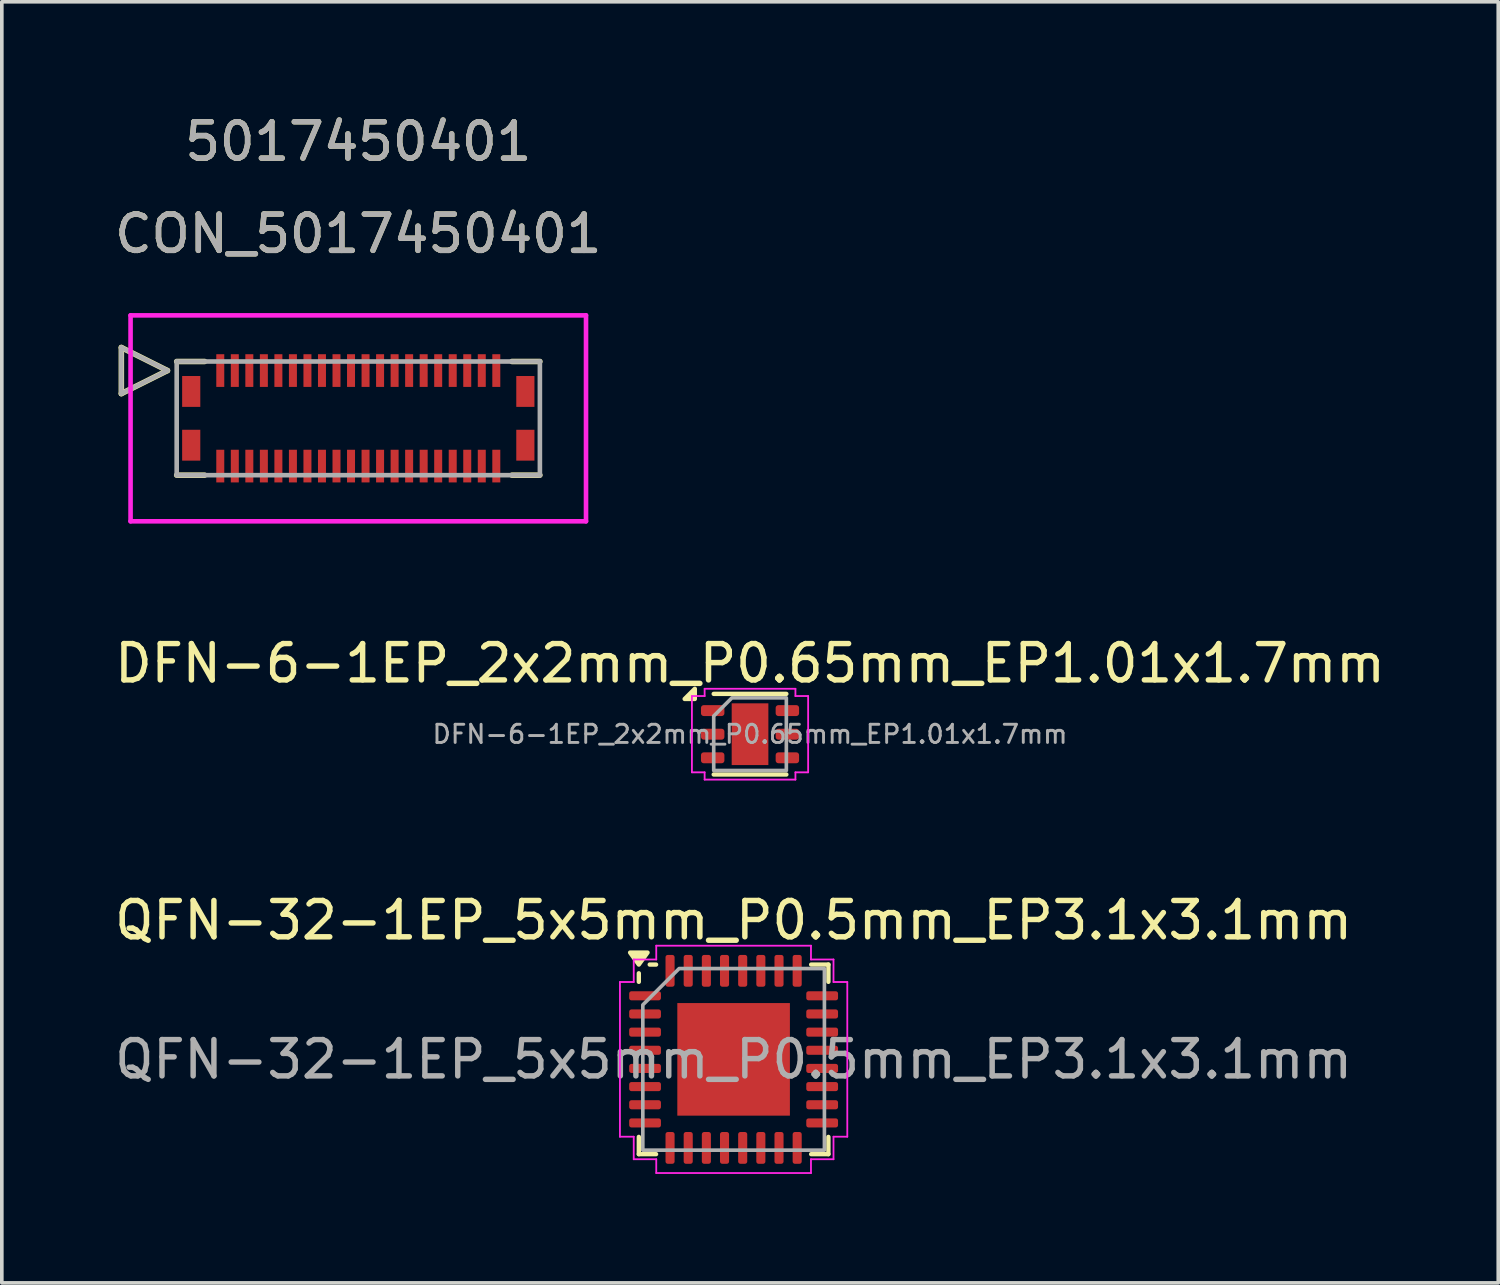
<source format=kicad_pcb>
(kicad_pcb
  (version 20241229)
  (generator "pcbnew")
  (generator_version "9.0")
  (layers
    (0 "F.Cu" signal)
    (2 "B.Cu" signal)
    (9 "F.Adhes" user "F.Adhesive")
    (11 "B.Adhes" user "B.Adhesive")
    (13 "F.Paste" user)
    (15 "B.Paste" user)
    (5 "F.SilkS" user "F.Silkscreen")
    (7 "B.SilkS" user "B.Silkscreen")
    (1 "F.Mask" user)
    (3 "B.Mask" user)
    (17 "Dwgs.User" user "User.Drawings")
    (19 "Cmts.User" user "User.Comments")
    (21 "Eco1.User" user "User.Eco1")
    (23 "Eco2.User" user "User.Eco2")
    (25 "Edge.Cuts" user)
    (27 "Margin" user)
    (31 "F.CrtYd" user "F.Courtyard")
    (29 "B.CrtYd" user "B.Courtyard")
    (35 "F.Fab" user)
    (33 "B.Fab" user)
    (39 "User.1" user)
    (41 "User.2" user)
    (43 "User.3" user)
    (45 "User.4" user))
  (footprint "DFN-6-1EP_2x2mm_P0.65mm_EP1.01x1.7mm"
    (layer "F.Cu")
    (at 17.601 17.165)
    (property "Reference" "DFN-6-1EP_2x2mm_P0.65mm_EP1.01x1.7mm" (at 0 -1.95 0) (layer "F.SilkS") (effects (font (size 1 1) (thickness 0.15))))
    (attr smd)
    (fp_line (start -1 -1.11) (end 1 -1.11) (stroke (width 0.12) (type solid)) (layer "F.SilkS"))
    (fp_line (start -1 1.11) (end 1 1.11) (stroke (width 0.12) (type solid)) (layer "F.SilkS"))
    (fp_poly (pts (xy -1.52 -0.97) (xy -1.8 -0.97) (xy -1.52 -1.25)) (stroke (width 0.12) (type solid)) (fill yes) (layer "F.SilkS"))
    (fp_line (start -1.6 -1.05) (end -1.25 -1.05) (stroke (width 0.05) (type solid)) (layer "F.CrtYd"))
    (fp_line (start -1.6 1.05) (end -1.6 -1.05) (stroke (width 0.05) (type solid)) (layer "F.CrtYd"))
    (fp_line (start -1.25 -1.25) (end 1.25 -1.25) (stroke (width 0.05) (type solid)) (layer "F.CrtYd"))
    (fp_line (start -1.25 -1.05) (end -1.25 -1.25) (stroke (width 0.05) (type solid)) (layer "F.CrtYd"))
    (fp_line (start -1.25 1.05) (end -1.6 1.05) (stroke (width 0.05) (type solid)) (layer "F.CrtYd"))
    (fp_line (start -1.25 1.25) (end -1.25 1.05) (stroke (width 0.05) (type solid)) (layer "F.CrtYd"))
    (fp_line (start 1.25 -1.25) (end 1.25 -1.05) (stroke (width 0.05) (type solid)) (layer "F.CrtYd"))
    (fp_line (start 1.25 -1.05) (end 1.6 -1.05) (stroke (width 0.05) (type solid)) (layer "F.CrtYd"))
    (fp_line (start 1.25 1.05) (end 1.25 1.25) (stroke (width 0.05) (type solid)) (layer "F.CrtYd"))
    (fp_line (start 1.25 1.25) (end -1.25 1.25) (stroke (width 0.05) (type solid)) (layer "F.CrtYd"))
    (fp_line (start 1.6 -1.05) (end 1.6 1.05) (stroke (width 0.05) (type solid)) (layer "F.CrtYd"))
    (fp_line (start 1.6 1.05) (end 1.25 1.05) (stroke (width 0.05) (type solid)) (layer "F.CrtYd"))
    (fp_poly (pts (xy -1 -0.5) (xy -1 1) (xy 1 1) (xy 1 -1) (xy -0.5 -1)) (stroke (width 0.1) (type solid)) (fill no) (layer "F.Fab"))
    (fp_text user "${REFERENCE}" (at 0 0 0) (layer "F.Fab") (effects (font (size 0.5 0.5) (thickness 0.08))))
    (pad "" smd roundrect (at 0 -0.425) (size 0.81 0.69) (layers "F.Paste") (roundrect_rratio 0.25))
    (pad "" smd roundrect (at 0 0.425) (size 0.81 0.69) (layers "F.Paste") (roundrect_rratio 0.25))
    (pad "1" smd roundrect (at -1.028 -0.65) (size 0.645 0.3) (layers "F.Cu" "F.Mask" "F.Paste") (roundrect_rratio 0.25))
    (pad "2" smd roundrect (at -1.028 0) (size 0.645 0.3) (layers "F.Cu" "F.Mask" "F.Paste") (roundrect_rratio 0.25))
    (pad "3" smd roundrect (at -1.028 0.65) (size 0.645 0.3) (layers "F.Cu" "F.Mask" "F.Paste") (roundrect_rratio 0.25))
    (pad "4" smd roundrect (at 1.028 0.65) (size 0.645 0.3) (layers "F.Cu" "F.Mask" "F.Paste") (roundrect_rratio 0.25))
    (pad "5" smd roundrect (at 1.028 0) (size 0.645 0.3) (layers "F.Cu" "F.Mask" "F.Paste") (roundrect_rratio 0.25))
    (pad "6" smd roundrect (at 1.028 -0.65) (size 0.645 0.3) (layers "F.Cu" "F.Mask" "F.Paste") (roundrect_rratio 0.25))
    (pad "7" smd rect (at 0 0) (size 1.01 1.7) (property pad_prop_heatsink) (layers "F.Cu" "F.Mask")))
  (footprint "CON_5017450401"
    (layer "F.Cu")
    (at 6.815 8.468)
    (property "Reference" "CON_5017450401" (at 0 -5.08 0) (unlocked yes) (layer "F.SilkS") (effects (font (size 1 1) (thickness 0.15))))
    (attr smd)
    (fp_line (start -6.524 -1.95) (end -6.524 -0.68) (stroke (width 0.152) (type solid)) (layer "F.SilkS"))
    (fp_line (start -6.524 -0.68) (end -5.254 -1.315) (stroke (width 0.152) (type solid)) (layer "F.SilkS"))
    (fp_line (start -5.254 -1.315) (end -6.524 -1.95) (stroke (width 0.152) (type solid)) (layer "F.SilkS"))
    (fp_line (start -5 1.565) (end -4.23 1.565) (stroke (width 0.152) (type solid)) (layer "F.SilkS"))
    (fp_line (start -4.23 -1.565) (end -5 -1.565) (stroke (width 0.152) (type solid)) (layer "F.SilkS"))
    (fp_line (start 4.23 1.565) (end 5 1.565) (stroke (width 0.152) (type solid)) (layer "F.SilkS"))
    (fp_line (start 5 -1.565) (end 4.23 -1.565) (stroke (width 0.152) (type solid)) (layer "F.SilkS"))
    (fp_line (start -6.27 -2.835) (end -6.27 2.835) (stroke (width 0.127) (type solid)) (layer "F.CrtYd"))
    (fp_line (start -6.27 2.835) (end 6.27 2.835) (stroke (width 0.127) (type solid)) (layer "F.CrtYd"))
    (fp_line (start 6.27 -2.835) (end -6.27 -2.835) (stroke (width 0.127) (type solid)) (layer "F.CrtYd"))
    (fp_line (start 6.27 2.835) (end 6.27 -2.835) (stroke (width 0.127) (type solid)) (layer "F.CrtYd"))
    (fp_line (start -6.524 -1.95) (end -6.524 -0.68) (stroke (width 0.127) (type solid)) (layer "F.Fab"))
    (fp_line (start -6.524 -0.68) (end -5.254 -1.315) (stroke (width 0.127) (type solid)) (layer "F.Fab"))
    (fp_line (start -5.254 -1.315) (end -6.524 -1.95) (stroke (width 0.127) (type solid)) (layer "F.Fab"))
    (fp_line (start -5 -1.565) (end -5 1.565) (stroke (width 0.127) (type solid)) (layer "F.Fab"))
    (fp_line (start -5 1.565) (end 5 1.565) (stroke (width 0.127) (type solid)) (layer "F.Fab"))
    (fp_line (start 5 -1.565) (end -5 -1.565) (stroke (width 0.127) (type solid)) (layer "F.Fab"))
    (fp_line (start 5 1.565) (end 5 -1.565) (stroke (width 0.127) (type solid)) (layer "F.Fab"))
    (fp_text user "5017450401" (at 0 -7.62 0) (unlocked yes) (layer "F.SilkS") (effects (font (size 1 1) (thickness 0.15))))
    (fp_text user "${REFERENCE}" (at 0 -5.08 0) (unlocked yes) (layer "F.Fab") (effects (font (size 1 1) (thickness 0.15))))
    (fp_text user "5017450401" (at 0 -7.62 0) (unlocked yes) (layer "F.Fab") (effects (font (size 1 1) (thickness 0.15))))
    (pad "1" smd rect (at -3.8 -1.315) (size 0.22 0.9) (layers "F.Cu" "F.Mask" "F.Paste"))
    (pad "2" smd rect (at -3.4 -1.315) (size 0.22 0.9) (layers "F.Cu" "F.Mask" "F.Paste"))
    (pad "3" smd rect (at -3 -1.315) (size 0.22 0.9) (layers "F.Cu" "F.Mask" "F.Paste"))
    (pad "4" smd rect (at -2.6 -1.315) (size 0.22 0.9) (layers "F.Cu" "F.Mask" "F.Paste"))
    (pad "5" smd rect (at -2.2 -1.315) (size 0.22 0.9) (layers "F.Cu" "F.Mask" "F.Paste"))
    (pad "6" smd rect (at -1.8 -1.315) (size 0.22 0.9) (layers "F.Cu" "F.Mask" "F.Paste"))
    (pad "7" smd rect (at -1.4 -1.315) (size 0.22 0.9) (layers "F.Cu" "F.Mask" "F.Paste"))
    (pad "8" smd rect (at -1 -1.315) (size 0.22 0.9) (layers "F.Cu" "F.Mask" "F.Paste"))
    (pad "9" smd rect (at -0.6 -1.315) (size 0.22 0.9) (layers "F.Cu" "F.Mask" "F.Paste"))
    (pad "10" smd rect (at -0.2 -1.315) (size 0.22 0.9) (layers "F.Cu" "F.Mask" "F.Paste"))
    (pad "11" smd rect (at 0.2 -1.315) (size 0.22 0.9) (layers "F.Cu" "F.Mask" "F.Paste"))
    (pad "12" smd rect (at 0.6 -1.315) (size 0.22 0.9) (layers "F.Cu" "F.Mask" "F.Paste"))
    (pad "13" smd rect (at 1 -1.315) (size 0.22 0.9) (layers "F.Cu" "F.Mask" "F.Paste"))
    (pad "14" smd rect (at 1.4 -1.315) (size 0.22 0.9) (layers "F.Cu" "F.Mask" "F.Paste"))
    (pad "15" smd rect (at 1.8 -1.315) (size 0.22 0.9) (layers "F.Cu" "F.Mask" "F.Paste"))
    (pad "16" smd rect (at 2.2 -1.315) (size 0.22 0.9) (layers "F.Cu" "F.Mask" "F.Paste"))
    (pad "17" smd rect (at 2.6 -1.315) (size 0.22 0.9) (layers "F.Cu" "F.Mask" "F.Paste"))
    (pad "18" smd rect (at 3 -1.315) (size 0.22 0.9) (layers "F.Cu" "F.Mask" "F.Paste"))
    (pad "19" smd rect (at 3.4 -1.315) (size 0.22 0.9) (layers "F.Cu" "F.Mask" "F.Paste"))
    (pad "20" smd rect (at 3.8 -1.315) (size 0.22 0.9) (layers "F.Cu" "F.Mask" "F.Paste"))
    (pad "21" smd rect (at -3.8 1.315) (size 0.22 0.9) (layers "F.Cu" "F.Mask" "F.Paste"))
    (pad "22" smd rect (at -3.4 1.315) (size 0.22 0.9) (layers "F.Cu" "F.Mask" "F.Paste"))
    (pad "23" smd rect (at -3 1.315) (size 0.22 0.9) (layers "F.Cu" "F.Mask" "F.Paste"))
    (pad "24" smd rect (at -2.6 1.315) (size 0.22 0.9) (layers "F.Cu" "F.Mask" "F.Paste"))
    (pad "25" smd rect (at -2.2 1.315) (size 0.22 0.9) (layers "F.Cu" "F.Mask" "F.Paste"))
    (pad "26" smd rect (at -1.8 1.315) (size 0.22 0.9) (layers "F.Cu" "F.Mask" "F.Paste"))
    (pad "27" smd rect (at -1.4 1.315) (size 0.22 0.9) (layers "F.Cu" "F.Mask" "F.Paste"))
    (pad "28" smd rect (at -1 1.315) (size 0.22 0.9) (layers "F.Cu" "F.Mask" "F.Paste"))
    (pad "29" smd rect (at -0.6 1.315) (size 0.22 0.9) (layers "F.Cu" "F.Mask" "F.Paste"))
    (pad "30" smd rect (at -0.2 1.315) (size 0.22 0.9) (layers "F.Cu" "F.Mask" "F.Paste"))
    (pad "31" smd rect (at 0.2 1.315) (size 0.22 0.9) (layers "F.Cu" "F.Mask" "F.Paste"))
    (pad "32" smd rect (at 0.6 1.315) (size 0.22 0.9) (layers "F.Cu" "F.Mask" "F.Paste"))
    (pad "33" smd rect (at 1 1.315) (size 0.22 0.9) (layers "F.Cu" "F.Mask" "F.Paste"))
    (pad "34" smd rect (at 1.4 1.315) (size 0.22 0.9) (layers "F.Cu" "F.Mask" "F.Paste"))
    (pad "35" smd rect (at 1.8 1.315) (size 0.22 0.9) (layers "F.Cu" "F.Mask" "F.Paste"))
    (pad "36" smd rect (at 2.2 1.315) (size 0.22 0.9) (layers "F.Cu" "F.Mask" "F.Paste"))
    (pad "37" smd rect (at 2.6 1.315) (size 0.22 0.9) (layers "F.Cu" "F.Mask" "F.Paste"))
    (pad "38" smd rect (at 3 1.315) (size 0.22 0.9) (layers "F.Cu" "F.Mask" "F.Paste"))
    (pad "39" smd rect (at 3.4 1.315) (size 0.22 0.9) (layers "F.Cu" "F.Mask" "F.Paste"))
    (pad "40" smd rect (at 3.8 1.315) (size 0.22 0.9) (layers "F.Cu" "F.Mask" "F.Paste"))
    (pad "P1" smd rect (at -4.6 0.74) (size 0.5 0.85) (layers "F.Cu" "F.Mask" "F.Paste"))
    (pad "P2" smd rect (at 4.6 0.74) (size 0.5 0.85) (layers "F.Cu" "F.Mask" "F.Paste"))
    (pad "P3" smd rect (at -4.6 -0.74) (size 0.5 0.85) (layers "F.Cu" "F.Mask" "F.Paste"))
    (pad "P4" smd rect (at 4.6 -0.74) (size 0.5 0.85) (layers "F.Cu" "F.Mask" "F.Paste")))
  (footprint "QFN-32-1EP_5x5mm_P0.5mm_EP3.1x3.1mm"
    (layer "F.Cu")
    (at 17.149 26.118)
    (property "Reference" "QFN-32-1EP_5x5mm_P0.5mm_EP3.1x3.1mm" (at 0 -3.83 0) (layer "F.SilkS") (effects (font (size 1 1) (thickness 0.15))))
    (attr smd)
    (fp_line (start -2.61 -2.135) (end -2.61 -2.37) (stroke (width 0.12) (type solid)) (layer "F.SilkS"))
    (fp_line (start -2.61 2.61) (end -2.61 2.135) (stroke (width 0.12) (type solid)) (layer "F.SilkS"))
    (fp_line (start -2.135 -2.61) (end -2.31 -2.61) (stroke (width 0.12) (type solid)) (layer "F.SilkS"))
    (fp_line (start -2.135 2.61) (end -2.61 2.61) (stroke (width 0.12) (type solid)) (layer "F.SilkS"))
    (fp_line (start 2.135 -2.61) (end 2.61 -2.61) (stroke (width 0.12) (type solid)) (layer "F.SilkS"))
    (fp_line (start 2.135 2.61) (end 2.61 2.61) (stroke (width 0.12) (type solid)) (layer "F.SilkS"))
    (fp_line (start 2.61 -2.61) (end 2.61 -2.135) (stroke (width 0.12) (type solid)) (layer "F.SilkS"))
    (fp_line (start 2.61 2.61) (end 2.61 2.135) (stroke (width 0.12) (type solid)) (layer "F.SilkS"))
    (fp_poly (pts (xy -2.61 -2.61) (xy -2.85 -2.94) (xy -2.37 -2.94)) (stroke (width 0.12) (type solid)) (fill yes) (layer "F.SilkS"))
    (fp_line (start -3.13 -2.13) (end -2.75 -2.13) (stroke (width 0.05) (type solid)) (layer "F.CrtYd"))
    (fp_line (start -3.13 2.13) (end -3.13 -2.13) (stroke (width 0.05) (type solid)) (layer "F.CrtYd"))
    (fp_line (start -2.75 -2.75) (end -2.13 -2.75) (stroke (width 0.05) (type solid)) (layer "F.CrtYd"))
    (fp_line (start -2.75 -2.13) (end -2.75 -2.75) (stroke (width 0.05) (type solid)) (layer "F.CrtYd"))
    (fp_line (start -2.75 2.13) (end -3.13 2.13) (stroke (width 0.05) (type solid)) (layer "F.CrtYd"))
    (fp_line (start -2.75 2.75) (end -2.75 2.13) (stroke (width 0.05) (type solid)) (layer "F.CrtYd"))
    (fp_line (start -2.13 -3.13) (end 2.13 -3.13) (stroke (width 0.05) (type solid)) (layer "F.CrtYd"))
    (fp_line (start -2.13 -2.75) (end -2.13 -3.13) (stroke (width 0.05) (type solid)) (layer "F.CrtYd"))
    (fp_line (start -2.13 2.75) (end -2.75 2.75) (stroke (width 0.05) (type solid)) (layer "F.CrtYd"))
    (fp_line (start -2.13 3.13) (end -2.13 2.75) (stroke (width 0.05) (type solid)) (layer "F.CrtYd"))
    (fp_line (start 2.13 -3.13) (end 2.13 -2.75) (stroke (width 0.05) (type solid)) (layer "F.CrtYd"))
    (fp_line (start 2.13 -2.75) (end 2.75 -2.75) (stroke (width 0.05) (type solid)) (layer "F.CrtYd"))
    (fp_line (start 2.13 2.75) (end 2.13 3.13) (stroke (width 0.05) (type solid)) (layer "F.CrtYd"))
    (fp_line (start 2.13 3.13) (end -2.13 3.13) (stroke (width 0.05) (type solid)) (layer "F.CrtYd"))
    (fp_line (start 2.75 -2.75) (end 2.75 -2.13) (stroke (width 0.05) (type solid)) (layer "F.CrtYd"))
    (fp_line (start 2.75 -2.13) (end 3.13 -2.13) (stroke (width 0.05) (type solid)) (layer "F.CrtYd"))
    (fp_line (start 2.75 2.13) (end 2.75 2.75) (stroke (width 0.05) (type solid)) (layer "F.CrtYd"))
    (fp_line (start 2.75 2.75) (end 2.13 2.75) (stroke (width 0.05) (type solid)) (layer "F.CrtYd"))
    (fp_line (start 3.13 -2.13) (end 3.13 2.13) (stroke (width 0.05) (type solid)) (layer "F.CrtYd"))
    (fp_line (start 3.13 2.13) (end 2.75 2.13) (stroke (width 0.05) (type solid)) (layer "F.CrtYd"))
    (fp_poly (pts (xy -2.5 -1.5) (xy -2.5 2.5) (xy 2.5 2.5) (xy 2.5 -2.5) (xy -1.5 -2.5)) (stroke (width 0.1) (type solid)) (fill no) (layer "F.Fab"))
    (fp_text user "${REFERENCE}" (at 0 0 0) (layer "F.Fab") (effects (font (size 1 1) (thickness 0.15))))
    (pad "" smd roundrect (at -1.03 -1.03) (size 0.83 0.83) (layers "F.Paste") (roundrect_rratio 0.25))
    (pad "" smd roundrect (at -1.03 0) (size 0.83 0.83) (layers "F.Paste") (roundrect_rratio 0.25))
    (pad "" smd roundrect (at -1.03 1.03) (size 0.83 0.83) (layers "F.Paste") (roundrect_rratio 0.25))
    (pad "" smd roundrect (at 0 -1.03) (size 0.83 0.83) (layers "F.Paste") (roundrect_rratio 0.25))
    (pad "" smd roundrect (at 0 0) (size 0.83 0.83) (layers "F.Paste") (roundrect_rratio 0.25))
    (pad "" smd roundrect (at 0 1.03) (size 0.83 0.83) (layers "F.Paste") (roundrect_rratio 0.25))
    (pad "" smd roundrect (at 1.03 -1.03) (size 0.83 0.83) (layers "F.Paste") (roundrect_rratio 0.25))
    (pad "" smd roundrect (at 1.03 0) (size 0.83 0.83) (layers "F.Paste") (roundrect_rratio 0.25))
    (pad "" smd roundrect (at 1.03 1.03) (size 0.83 0.83) (layers "F.Paste") (roundrect_rratio 0.25))
    (pad "1" smd roundrect (at -2.438 -1.75) (size 0.875 0.25) (layers "F.Cu" "F.Mask" "F.Paste") (roundrect_rratio 0.25))
    (pad "2" smd roundrect (at -2.438 -1.25) (size 0.875 0.25) (layers "F.Cu" "F.Mask" "F.Paste") (roundrect_rratio 0.25))
    (pad "3" smd roundrect (at -2.438 -0.75) (size 0.875 0.25) (layers "F.Cu" "F.Mask" "F.Paste") (roundrect_rratio 0.25))
    (pad "4" smd roundrect (at -2.438 -0.25) (size 0.875 0.25) (layers "F.Cu" "F.Mask" "F.Paste") (roundrect_rratio 0.25))
    (pad "5" smd roundrect (at -2.438 0.25) (size 0.875 0.25) (layers "F.Cu" "F.Mask" "F.Paste") (roundrect_rratio 0.25))
    (pad "6" smd roundrect (at -2.438 0.75) (size 0.875 0.25) (layers "F.Cu" "F.Mask" "F.Paste") (roundrect_rratio 0.25))
    (pad "7" smd roundrect (at -2.438 1.25) (size 0.875 0.25) (layers "F.Cu" "F.Mask" "F.Paste") (roundrect_rratio 0.25))
    (pad "8" smd roundrect (at -2.438 1.75) (size 0.875 0.25) (layers "F.Cu" "F.Mask" "F.Paste") (roundrect_rratio 0.25))
    (pad "9" smd roundrect (at -1.75 2.438) (size 0.25 0.875) (layers "F.Cu" "F.Mask" "F.Paste") (roundrect_rratio 0.25))
    (pad "10" smd roundrect (at -1.25 2.438) (size 0.25 0.875) (layers "F.Cu" "F.Mask" "F.Paste") (roundrect_rratio 0.25))
    (pad "11" smd roundrect (at -0.75 2.438) (size 0.25 0.875) (layers "F.Cu" "F.Mask" "F.Paste") (roundrect_rratio 0.25))
    (pad "12" smd roundrect (at -0.25 2.438) (size 0.25 0.875) (layers "F.Cu" "F.Mask" "F.Paste") (roundrect_rratio 0.25))
    (pad "13" smd roundrect (at 0.25 2.438) (size 0.25 0.875) (layers "F.Cu" "F.Mask" "F.Paste") (roundrect_rratio 0.25))
    (pad "14" smd roundrect (at 0.75 2.438) (size 0.25 0.875) (layers "F.Cu" "F.Mask" "F.Paste") (roundrect_rratio 0.25))
    (pad "15" smd roundrect (at 1.25 2.438) (size 0.25 0.875) (layers "F.Cu" "F.Mask" "F.Paste") (roundrect_rratio 0.25))
    (pad "16" smd roundrect (at 1.75 2.438) (size 0.25 0.875) (layers "F.Cu" "F.Mask" "F.Paste") (roundrect_rratio 0.25))
    (pad "17" smd roundrect (at 2.438 1.75) (size 0.875 0.25) (layers "F.Cu" "F.Mask" "F.Paste") (roundrect_rratio 0.25))
    (pad "18" smd roundrect (at 2.438 1.25) (size 0.875 0.25) (layers "F.Cu" "F.Mask" "F.Paste") (roundrect_rratio 0.25))
    (pad "19" smd roundrect (at 2.438 0.75) (size 0.875 0.25) (layers "F.Cu" "F.Mask" "F.Paste") (roundrect_rratio 0.25))
    (pad "20" smd roundrect (at 2.438 0.25) (size 0.875 0.25) (layers "F.Cu" "F.Mask" "F.Paste") (roundrect_rratio 0.25))
    (pad "21" smd roundrect (at 2.438 -0.25) (size 0.875 0.25) (layers "F.Cu" "F.Mask" "F.Paste") (roundrect_rratio 0.25))
    (pad "22" smd roundrect (at 2.438 -0.75) (size 0.875 0.25) (layers "F.Cu" "F.Mask" "F.Paste") (roundrect_rratio 0.25))
    (pad "23" smd roundrect (at 2.438 -1.25) (size 0.875 0.25) (layers "F.Cu" "F.Mask" "F.Paste") (roundrect_rratio 0.25))
    (pad "24" smd roundrect (at 2.438 -1.75) (size 0.875 0.25) (layers "F.Cu" "F.Mask" "F.Paste") (roundrect_rratio 0.25))
    (pad "25" smd roundrect (at 1.75 -2.438) (size 0.25 0.875) (layers "F.Cu" "F.Mask" "F.Paste") (roundrect_rratio 0.25))
    (pad "26" smd roundrect (at 1.25 -2.438) (size 0.25 0.875) (layers "F.Cu" "F.Mask" "F.Paste") (roundrect_rratio 0.25))
    (pad "27" smd roundrect (at 0.75 -2.438) (size 0.25 0.875) (layers "F.Cu" "F.Mask" "F.Paste") (roundrect_rratio 0.25))
    (pad "28" smd roundrect (at 0.25 -2.438) (size 0.25 0.875) (layers "F.Cu" "F.Mask" "F.Paste") (roundrect_rratio 0.25))
    (pad "29" smd roundrect (at -0.25 -2.438) (size 0.25 0.875) (layers "F.Cu" "F.Mask" "F.Paste") (roundrect_rratio 0.25))
    (pad "30" smd roundrect (at -0.75 -2.438) (size 0.25 0.875) (layers "F.Cu" "F.Mask" "F.Paste") (roundrect_rratio 0.25))
    (pad "31" smd roundrect (at -1.25 -2.438) (size 0.25 0.875) (layers "F.Cu" "F.Mask" "F.Paste") (roundrect_rratio 0.25))
    (pad "32" smd roundrect (at -1.75 -2.438) (size 0.25 0.875) (layers "F.Cu" "F.Mask" "F.Paste") (roundrect_rratio 0.25))
    (pad "33" smd rect (at 0 0) (size 3.1 3.1) (property pad_prop_heatsink) (layers "F.Cu" "F.Mask")))
  (gr_rect
    (start -3 -3)
    (end 38.202 32.273)
    (stroke (width 0.1) (type default))
    (fill no)
    (layer "Edge.Cuts")))
</source>
